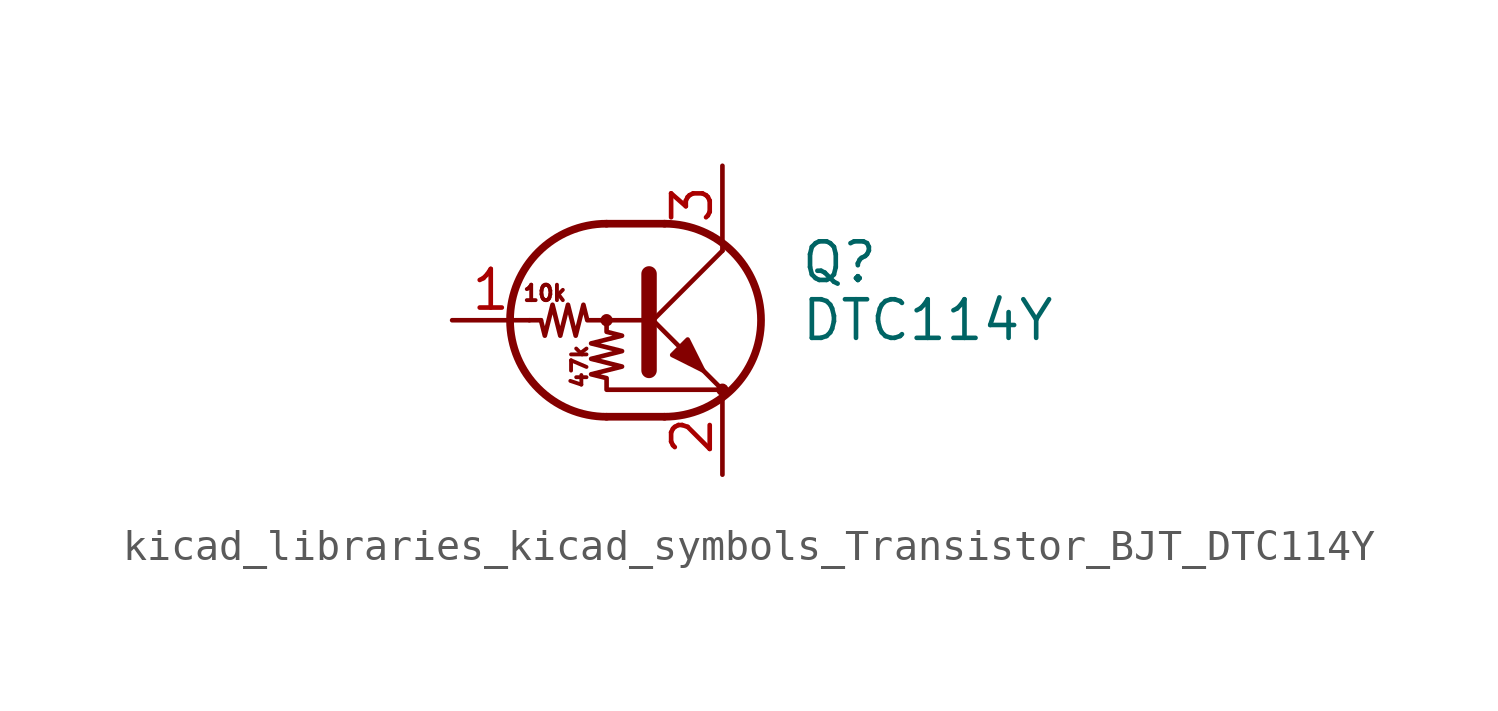
<source format=kicad_sym>
(kicad_symbol_lib
  (version 20220914)
  (generator kicad_symbol_editor)
  (symbol "kicad_libraries_kicad_symbols_Transistor_BJT_DTC114Y"
    (pin_names
      (offset 0) hide)
    (property "Reference" "Q"
      (at 5.08 1.905 0)
      (effects (font (size 1.27 1.27)) (justify left)))
    (property "Value" "DTC114Y"
      (at 5.08 0 0)
      (effects (font (size 1.27 1.27)) (justify left)))
    (symbol "kicad_libraries_kicad_symbols_Transistor_BJT_DTC114Y_0_0"
      (text "10k" (at -3.302 0.889 0) (effects (font (size 0.508 0.508))))
      (text "47k" (at -2.159 -1.524 900) (effects (font (size 0.508 0.508)))))
    (symbol "kicad_libraries_kicad_symbols_Transistor_BJT_DTC114Y_0_1"
      (circle (center -1.27 0) (radius 0.127) (stroke (width 0) (type default)) (fill (type none)))
      (arc (start -1.27 3.175) (mid -4.4312 0) (end -1.27 -3.175) (stroke (width 0.254) (type default)) (fill (type none)))
      (polyline (pts (xy -3.429 0) (xy -3.81 0)) (stroke (width 0) (type default)) (fill (type none)))
      (polyline (pts (xy -1.27 -3.175) (xy 0.635 -3.175)) (stroke (width 0.254) (type default)) (fill (type none)))
      (polyline (pts (xy -1.27 3.175) (xy 0.635 3.175)) (stroke (width 0.254) (type default)) (fill (type none)))
      (polyline (pts (xy 0 -0.254) (xy 2.54 2.286)) (stroke (width 0) (type default)) (fill (type none)))
      (polyline (pts (xy 0.127 1.524) (xy 0.127 -1.651)) (stroke (width 0.508) (type default)) (fill (type outline)))
      (polyline (pts (xy 2.54 2.286) (xy 2.54 2.54)) (stroke (width 0) (type default)) (fill (type none)))
      (polyline (pts (xy 2.54 -2.286) (xy 0 0.254) (xy 0 0.254)) (stroke (width 0) (type default)) (fill (type none)))
      (polyline (pts (xy 0.889 -1.143) (xy 1.397 -0.635) (xy 1.905 -1.651) (xy 0.889 -1.143)) (stroke (width 0) (type default)) (fill (type outline)))
      (polyline (pts (xy 0 0) (xy -1.905 0) (xy -2.032 0.508) (xy -2.286 -0.508) (xy -2.54 0.508) (xy -2.794 -0.508) (xy -3.048 0.508) (xy -3.302 -0.508) (xy -3.429 0)) (stroke (width 0) (type default)) (fill (type none)))
      (polyline (pts (xy -1.27 0) (xy -1.27 -0.381) (xy -0.762 -0.508) (xy -1.778 -0.762) (xy -0.762 -1.016) (xy -1.778 -1.27) (xy -0.762 -1.524) (xy -1.778 -1.778) (xy -1.27 -1.905) (xy -1.27 -2.286) (xy 2.54 -2.286)) (stroke (width 0) (type default)) (fill (type none)))
      (arc (start 0.635 -3.175) (mid 3.7962 0) (end 0.635 3.175) (stroke (width 0.254) (type default)) (fill (type none)))
      (circle (center 2.54 -2.286) (radius 0.127) (stroke (width 0) (type default)) (fill (type none))))
    (symbol "kicad_libraries_kicad_symbols_Transistor_BJT_DTC114Y_1_1"
      (pin input line (at -6.35 0 0) (length 2.54) (name "B" (effects (font (size 1.27 1.27)))) (number "1" (effects (font (size 1.27 1.27)))))
      (pin passive line (at 2.54 -5.08 90) (length 2.54) (name "E" (effects (font (size 1.27 1.27)))) (number "2" (effects (font (size 1.27 1.27)))))
      (pin passive line (at 2.54 5.08 270) (length 2.54) (name "C" (effects (font (size 1.27 1.27)))) (number "3" (effects (font (size 1.27 1.27))))))))
</source>
